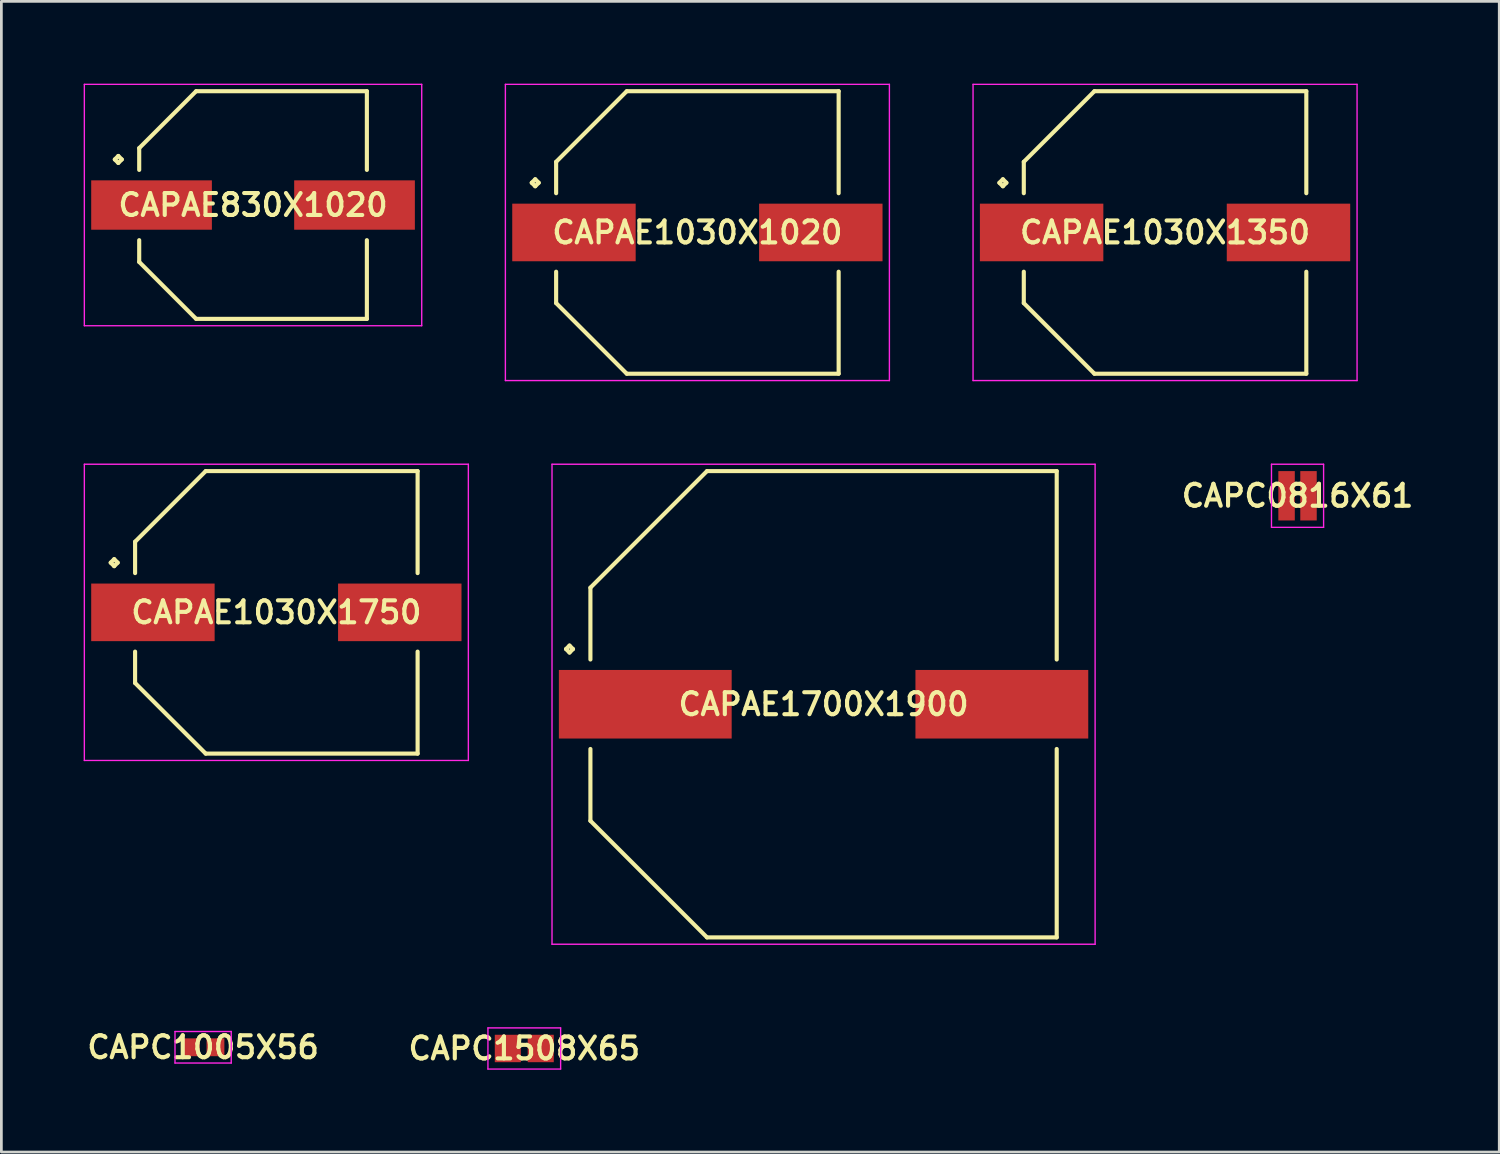
<source format=kicad_pcb>
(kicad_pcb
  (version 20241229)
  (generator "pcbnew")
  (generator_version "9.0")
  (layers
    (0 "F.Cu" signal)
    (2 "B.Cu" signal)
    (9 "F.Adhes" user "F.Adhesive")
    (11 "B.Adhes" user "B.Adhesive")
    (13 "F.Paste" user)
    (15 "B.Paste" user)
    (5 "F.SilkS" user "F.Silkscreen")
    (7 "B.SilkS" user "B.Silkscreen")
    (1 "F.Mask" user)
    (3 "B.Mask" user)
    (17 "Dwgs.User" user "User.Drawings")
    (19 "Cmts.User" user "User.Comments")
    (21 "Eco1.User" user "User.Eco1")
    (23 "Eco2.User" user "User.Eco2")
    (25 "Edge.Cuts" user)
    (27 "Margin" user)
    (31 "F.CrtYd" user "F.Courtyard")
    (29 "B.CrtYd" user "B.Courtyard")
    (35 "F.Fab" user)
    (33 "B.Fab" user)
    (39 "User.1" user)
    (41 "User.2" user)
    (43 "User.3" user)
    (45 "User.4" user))
  (footprint "CAPC1508X65"
    (layer "F.Cu")
    (at 16.064 35.175)
    (property "Reference" "CAPC1508X65" (at 0 0 0) (layer "F.SilkS") (effects (font (size 0.8 0.8) (thickness 0.15))))
    (attr smd)
    (fp_line (start -1.325 -0.75) (end 1.325 -0.75) (stroke (width 0.05) (type solid)) (layer "F.CrtYd"))
    (fp_line (start -1.325 0.75) (end -1.325 -0.75) (stroke (width 0.05) (type solid)) (layer "F.CrtYd"))
    (fp_line (start 1.325 -0.75) (end 1.325 0.75) (stroke (width 0.05) (type solid)) (layer "F.CrtYd"))
    (fp_line (start 1.325 0.75) (end -1.325 0.75) (stroke (width 0.05) (type solid)) (layer "F.CrtYd"))
    (pad "1" smd rect (at -0.6 0) (size 0.95 1) (layers "F.Cu" "F.Mask" "F.Paste"))
    (pad "2" smd rect (at 0.6 0) (size 0.95 1) (layers "F.Cu" "F.Mask" "F.Paste")))
  (footprint "CAPAE1030X1020"
    (layer "F.Cu")
    (at 22.375 5.425)
    (property "Reference" "CAPAE1030X1020" (at 0 0 0) (layer "F.SilkS") (effects (font (size 0.8 0.8) (thickness 0.15))))
    (attr smd)
    (fp_line (start -6.039 -1.812) (end -5.912 -1.939) (stroke (width 0.15) (type solid)) (layer "F.SilkS"))
    (fp_line (start -5.912 -1.939) (end -5.785 -1.812) (stroke (width 0.15) (type solid)) (layer "F.SilkS"))
    (fp_line (start -5.912 -1.685) (end -6.039 -1.812) (stroke (width 0.15) (type solid)) (layer "F.SilkS"))
    (fp_line (start -5.785 -1.812) (end -5.912 -1.685) (stroke (width 0.15) (type solid)) (layer "F.SilkS"))
    (fp_line (start -5.15 -2.575) (end -5.15 -1.431) (stroke (width 0.15) (type solid)) (layer "F.SilkS"))
    (fp_line (start -5.15 2.575) (end -5.15 1.431) (stroke (width 0.15) (type solid)) (layer "F.SilkS"))
    (fp_line (start -2.575 -5.15) (end -5.15 -2.575) (stroke (width 0.15) (type solid)) (layer "F.SilkS"))
    (fp_line (start -2.575 5.15) (end -5.15 2.575) (stroke (width 0.15) (type solid)) (layer "F.SilkS"))
    (fp_line (start 5.15 -5.15) (end -2.575 -5.15) (stroke (width 0.15) (type solid)) (layer "F.SilkS"))
    (fp_line (start 5.15 -1.431) (end 5.15 -5.15) (stroke (width 0.15) (type solid)) (layer "F.SilkS"))
    (fp_line (start 5.15 1.431) (end 5.15 5.15) (stroke (width 0.15) (type solid)) (layer "F.SilkS"))
    (fp_line (start 5.15 5.15) (end -2.575 5.15) (stroke (width 0.15) (type solid)) (layer "F.SilkS"))
    (fp_line (start -7 -5.4) (end 7 -5.4) (stroke (width 0.05) (type solid)) (layer "F.CrtYd"))
    (fp_line (start -7 5.4) (end -7 -5.4) (stroke (width 0.05) (type solid)) (layer "F.CrtYd"))
    (fp_line (start 7 -5.4) (end 7 5.4) (stroke (width 0.05) (type solid)) (layer "F.CrtYd"))
    (fp_line (start 7 5.4) (end -7 5.4) (stroke (width 0.05) (type solid)) (layer "F.CrtYd"))
    (pad "1" smd rect (at -4.5 0) (size 4.5 2.1) (layers "F.Cu" "F.Mask" "F.Paste"))
    (pad "2" smd rect (at 4.5 0) (size 4.5 2.1) (layers "F.Cu" "F.Mask" "F.Paste")))
  (footprint "CAPAE1030X1350"
    (layer "F.Cu")
    (at 39.425 5.425)
    (property "Reference" "CAPAE1030X1350" (at 0 0 0) (layer "F.SilkS") (effects (font (size 0.8 0.8) (thickness 0.15))))
    (attr smd)
    (fp_line (start -6.039 -1.812) (end -5.912 -1.939) (stroke (width 0.15) (type solid)) (layer "F.SilkS"))
    (fp_line (start -5.912 -1.939) (end -5.785 -1.812) (stroke (width 0.15) (type solid)) (layer "F.SilkS"))
    (fp_line (start -5.912 -1.685) (end -6.039 -1.812) (stroke (width 0.15) (type solid)) (layer "F.SilkS"))
    (fp_line (start -5.785 -1.812) (end -5.912 -1.685) (stroke (width 0.15) (type solid)) (layer "F.SilkS"))
    (fp_line (start -5.15 -2.575) (end -5.15 -1.431) (stroke (width 0.15) (type solid)) (layer "F.SilkS"))
    (fp_line (start -5.15 2.575) (end -5.15 1.431) (stroke (width 0.15) (type solid)) (layer "F.SilkS"))
    (fp_line (start -2.575 -5.15) (end -5.15 -2.575) (stroke (width 0.15) (type solid)) (layer "F.SilkS"))
    (fp_line (start -2.575 5.15) (end -5.15 2.575) (stroke (width 0.15) (type solid)) (layer "F.SilkS"))
    (fp_line (start 5.15 -5.15) (end -2.575 -5.15) (stroke (width 0.15) (type solid)) (layer "F.SilkS"))
    (fp_line (start 5.15 -1.431) (end 5.15 -5.15) (stroke (width 0.15) (type solid)) (layer "F.SilkS"))
    (fp_line (start 5.15 1.431) (end 5.15 5.15) (stroke (width 0.15) (type solid)) (layer "F.SilkS"))
    (fp_line (start 5.15 5.15) (end -2.575 5.15) (stroke (width 0.15) (type solid)) (layer "F.SilkS"))
    (fp_line (start -7 -5.4) (end 7 -5.4) (stroke (width 0.05) (type solid)) (layer "F.CrtYd"))
    (fp_line (start -7 5.4) (end -7 -5.4) (stroke (width 0.05) (type solid)) (layer "F.CrtYd"))
    (fp_line (start 7 -5.4) (end 7 5.4) (stroke (width 0.05) (type solid)) (layer "F.CrtYd"))
    (fp_line (start 7 5.4) (end -7 5.4) (stroke (width 0.05) (type solid)) (layer "F.CrtYd"))
    (pad "1" smd rect (at -4.5 0) (size 4.5 2.1) (layers "F.Cu" "F.Mask" "F.Paste"))
    (pad "2" smd rect (at 4.5 0) (size 4.5 2.1) (layers "F.Cu" "F.Mask" "F.Paste")))
  (footprint "CAPC1005X56"
    (layer "F.Cu")
    (at 4.355 35.131)
    (property "Reference" "CAPC1005X56" (at 0 0 0) (layer "F.SilkS") (effects (font (size 0.8 0.8) (thickness 0.15))))
    (attr smd)
    (fp_line (start -1.025 -0.575) (end 1.025 -0.575) (stroke (width 0.05) (type solid)) (layer "F.CrtYd"))
    (fp_line (start -1.025 0.575) (end -1.025 -0.575) (stroke (width 0.05) (type solid)) (layer "F.CrtYd"))
    (fp_line (start 1.025 -0.575) (end 1.025 0.575) (stroke (width 0.05) (type solid)) (layer "F.CrtYd"))
    (fp_line (start 1.025 0.575) (end -1.025 0.575) (stroke (width 0.05) (type solid)) (layer "F.CrtYd"))
    (pad "1" smd rect (at -0.45 0) (size 0.65 0.65) (layers "F.Cu" "F.Mask" "F.Paste"))
    (pad "2" smd rect (at 0.45 0) (size 0.65 0.65) (layers "F.Cu" "F.Mask" "F.Paste")))
  (footprint "CAPAE1700X1900"
    (layer "F.Cu")
    (at 26.975 22.625)
    (property "Reference" "CAPAE1700X1900" (at 0 0 0) (layer "F.SilkS") (effects (font (size 0.8 0.8) (thickness 0.15))))
    (attr smd)
    (fp_line (start -9.389 -2.012) (end -9.262 -2.139) (stroke (width 0.15) (type solid)) (layer "F.SilkS"))
    (fp_line (start -9.262 -2.139) (end -9.135 -2.012) (stroke (width 0.15) (type solid)) (layer "F.SilkS"))
    (fp_line (start -9.262 -1.885) (end -9.389 -2.012) (stroke (width 0.15) (type solid)) (layer "F.SilkS"))
    (fp_line (start -9.135 -2.012) (end -9.262 -1.885) (stroke (width 0.15) (type solid)) (layer "F.SilkS"))
    (fp_line (start -8.5 -4.25) (end -8.5 -1.631) (stroke (width 0.15) (type solid)) (layer "F.SilkS"))
    (fp_line (start -8.5 4.25) (end -8.5 1.631) (stroke (width 0.15) (type solid)) (layer "F.SilkS"))
    (fp_line (start -4.25 -8.5) (end -8.5 -4.25) (stroke (width 0.15) (type solid)) (layer "F.SilkS"))
    (fp_line (start -4.25 8.5) (end -8.5 4.25) (stroke (width 0.15) (type solid)) (layer "F.SilkS"))
    (fp_line (start 8.5 -8.5) (end -4.25 -8.5) (stroke (width 0.15) (type solid)) (layer "F.SilkS"))
    (fp_line (start 8.5 -1.631) (end 8.5 -8.5) (stroke (width 0.15) (type solid)) (layer "F.SilkS"))
    (fp_line (start 8.5 1.631) (end 8.5 8.5) (stroke (width 0.15) (type solid)) (layer "F.SilkS"))
    (fp_line (start 8.5 8.5) (end -4.25 8.5) (stroke (width 0.15) (type solid)) (layer "F.SilkS"))
    (fp_line (start -9.9 -8.75) (end 9.9 -8.75) (stroke (width 0.05) (type solid)) (layer "F.CrtYd"))
    (fp_line (start -9.9 8.75) (end -9.9 -8.75) (stroke (width 0.05) (type solid)) (layer "F.CrtYd"))
    (fp_line (start 9.9 -8.75) (end 9.9 8.75) (stroke (width 0.05) (type solid)) (layer "F.CrtYd"))
    (fp_line (start 9.9 8.75) (end -9.9 8.75) (stroke (width 0.05) (type solid)) (layer "F.CrtYd"))
    (pad "1" smd rect (at -6.5 0) (size 6.3 2.5) (layers "F.Cu" "F.Mask" "F.Paste"))
    (pad "2" smd rect (at 6.5 0) (size 6.3 2.5) (layers "F.Cu" "F.Mask" "F.Paste")))
  (footprint "CAPC0816X61"
    (layer "F.Cu")
    (at 44.255 15.025)
    (property "Reference" "CAPC0816X61" (at 0 0 0) (layer "F.SilkS") (effects (font (size 0.8 0.8) (thickness 0.15))))
    (attr smd)
    (fp_line (start -0.95 -1.15) (end 0.95 -1.15) (stroke (width 0.05) (type solid)) (layer "F.CrtYd"))
    (fp_line (start -0.95 1.15) (end -0.95 -1.15) (stroke (width 0.05) (type solid)) (layer "F.CrtYd"))
    (fp_line (start 0.95 -1.15) (end 0.95 1.15) (stroke (width 0.05) (type solid)) (layer "F.CrtYd"))
    (fp_line (start 0.95 1.15) (end -0.95 1.15) (stroke (width 0.05) (type solid)) (layer "F.CrtYd"))
    (pad "1" smd rect (at -0.4 0) (size 0.6 1.8) (layers "F.Cu" "F.Mask" "F.Paste"))
    (pad "2" smd rect (at 0.4 0) (size 0.6 1.8) (layers "F.Cu" "F.Mask" "F.Paste")))
  (footprint "CAPAE1030X1750"
    (layer "F.Cu")
    (at 7.025 19.275)
    (property "Reference" "CAPAE1030X1750" (at 0 0 0) (layer "F.SilkS") (effects (font (size 0.8 0.8) (thickness 0.15))))
    (attr smd)
    (fp_line (start -6.039 -1.812) (end -5.912 -1.939) (stroke (width 0.15) (type solid)) (layer "F.SilkS"))
    (fp_line (start -5.912 -1.939) (end -5.785 -1.812) (stroke (width 0.15) (type solid)) (layer "F.SilkS"))
    (fp_line (start -5.912 -1.685) (end -6.039 -1.812) (stroke (width 0.15) (type solid)) (layer "F.SilkS"))
    (fp_line (start -5.785 -1.812) (end -5.912 -1.685) (stroke (width 0.15) (type solid)) (layer "F.SilkS"))
    (fp_line (start -5.15 -2.575) (end -5.15 -1.431) (stroke (width 0.15) (type solid)) (layer "F.SilkS"))
    (fp_line (start -5.15 2.575) (end -5.15 1.431) (stroke (width 0.15) (type solid)) (layer "F.SilkS"))
    (fp_line (start -2.575 -5.15) (end -5.15 -2.575) (stroke (width 0.15) (type solid)) (layer "F.SilkS"))
    (fp_line (start -2.575 5.15) (end -5.15 2.575) (stroke (width 0.15) (type solid)) (layer "F.SilkS"))
    (fp_line (start 5.15 -5.15) (end -2.575 -5.15) (stroke (width 0.15) (type solid)) (layer "F.SilkS"))
    (fp_line (start 5.15 -1.431) (end 5.15 -5.15) (stroke (width 0.15) (type solid)) (layer "F.SilkS"))
    (fp_line (start 5.15 1.431) (end 5.15 5.15) (stroke (width 0.15) (type solid)) (layer "F.SilkS"))
    (fp_line (start 5.15 5.15) (end -2.575 5.15) (stroke (width 0.15) (type solid)) (layer "F.SilkS"))
    (fp_line (start -7 -5.4) (end 7 -5.4) (stroke (width 0.05) (type solid)) (layer "F.CrtYd"))
    (fp_line (start -7 5.4) (end -7 -5.4) (stroke (width 0.05) (type solid)) (layer "F.CrtYd"))
    (fp_line (start 7 -5.4) (end 7 5.4) (stroke (width 0.05) (type solid)) (layer "F.CrtYd"))
    (fp_line (start 7 5.4) (end -7 5.4) (stroke (width 0.05) (type solid)) (layer "F.CrtYd"))
    (pad "1" smd rect (at -4.5 0) (size 4.5 2.1) (layers "F.Cu" "F.Mask" "F.Paste"))
    (pad "2" smd rect (at 4.5 0) (size 4.5 2.1) (layers "F.Cu" "F.Mask" "F.Paste")))
  (footprint "CAPAE830X1020"
    (layer "F.Cu")
    (at 6.175 4.425)
    (property "Reference" "CAPAE830X1020" (at 0 0 0) (layer "F.SilkS") (effects (font (size 0.8 0.8) (thickness 0.15))))
    (attr smd)
    (fp_line (start -5.039 -1.662) (end -4.912 -1.789) (stroke (width 0.15) (type solid)) (layer "F.SilkS"))
    (fp_line (start -4.912 -1.789) (end -4.785 -1.662) (stroke (width 0.15) (type solid)) (layer "F.SilkS"))
    (fp_line (start -4.912 -1.535) (end -5.039 -1.662) (stroke (width 0.15) (type solid)) (layer "F.SilkS"))
    (fp_line (start -4.785 -1.662) (end -4.912 -1.535) (stroke (width 0.15) (type solid)) (layer "F.SilkS"))
    (fp_line (start -4.15 -2.075) (end -4.15 -1.281) (stroke (width 0.15) (type solid)) (layer "F.SilkS"))
    (fp_line (start -4.15 2.075) (end -4.15 1.281) (stroke (width 0.15) (type solid)) (layer "F.SilkS"))
    (fp_line (start -2.075 -4.15) (end -4.15 -2.075) (stroke (width 0.15) (type solid)) (layer "F.SilkS"))
    (fp_line (start -2.075 4.15) (end -4.15 2.075) (stroke (width 0.15) (type solid)) (layer "F.SilkS"))
    (fp_line (start 4.15 -4.15) (end -2.075 -4.15) (stroke (width 0.15) (type solid)) (layer "F.SilkS"))
    (fp_line (start 4.15 -1.281) (end 4.15 -4.15) (stroke (width 0.15) (type solid)) (layer "F.SilkS"))
    (fp_line (start 4.15 1.281) (end 4.15 4.15) (stroke (width 0.15) (type solid)) (layer "F.SilkS"))
    (fp_line (start 4.15 4.15) (end -2.075 4.15) (stroke (width 0.15) (type solid)) (layer "F.SilkS"))
    (fp_line (start -6.15 -4.4) (end 6.15 -4.4) (stroke (width 0.05) (type solid)) (layer "F.CrtYd"))
    (fp_line (start -6.15 4.4) (end -6.15 -4.4) (stroke (width 0.05) (type solid)) (layer "F.CrtYd"))
    (fp_line (start 6.15 -4.4) (end 6.15 4.4) (stroke (width 0.05) (type solid)) (layer "F.CrtYd"))
    (fp_line (start 6.15 4.4) (end -6.15 4.4) (stroke (width 0.05) (type solid)) (layer "F.CrtYd"))
    (pad "1" smd rect (at -3.7 0) (size 4.4 1.8) (layers "F.Cu" "F.Mask" "F.Paste"))
    (pad "2" smd rect (at 3.7 0) (size 4.4 1.8) (layers "F.Cu" "F.Mask" "F.Paste")))
  (gr_rect
    (start -3 -3)
    (end 51.609 38.95)
    (stroke (width 0.1) (type default))
    (fill no)
    (layer "Edge.Cuts")))
</source>
